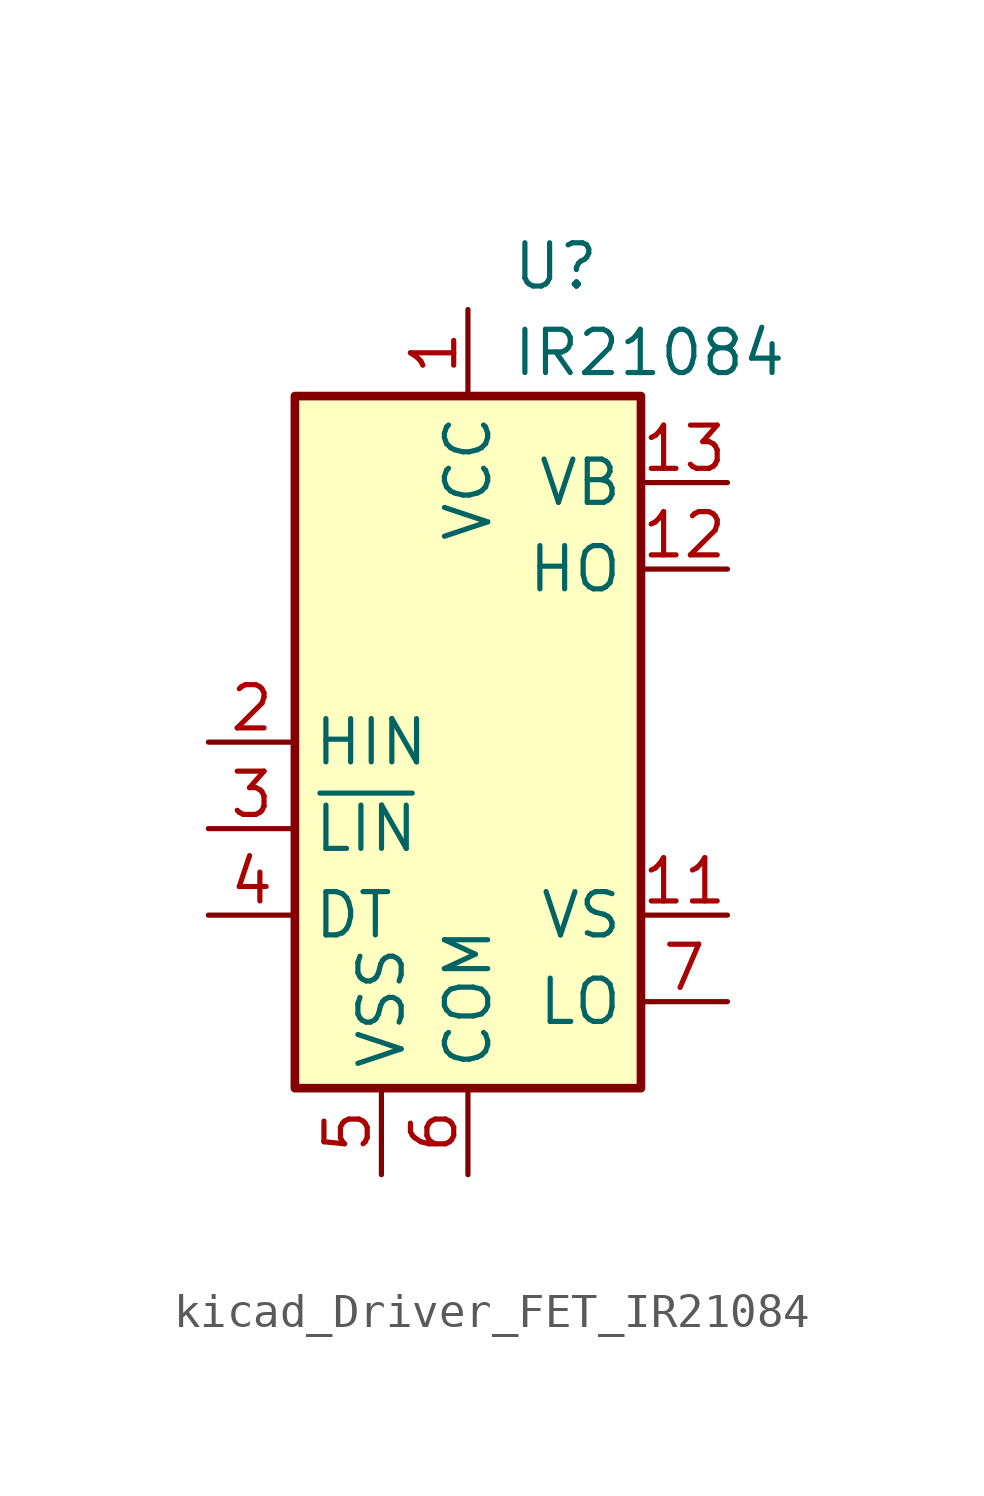
<source format=kicad_sym>
(kicad_symbol_lib
  (version 20220914)
  (generator kicad_symbol_editor)
  (symbol "kicad_Driver_FET_IR21084"
    (property "Reference" "U"
      (at 1.27 13.97 0)
      (effects (font (size 1.27 1.27)) (justify left)))
    (property "Value" "IR21084"
      (at 1.27 11.43 0)
      (effects (font (size 1.27 1.27)) (justify left)))
    (symbol "kicad_Driver_FET_IR21084_0_1"
      (rectangle (start -5.08 -10.16) (end 5.08 10.16) (stroke (width 0.254) (type default)) (fill (type background))))
    (symbol "kicad_Driver_FET_IR21084_1_1"
      (pin power_in line (at 0 12.7 270) (length 2.54) (name "VCC" (effects (font (size 1.27 1.27)))) (number "1" (effects (font (size 1.27 1.27)))))
      (pin no_connect line (at -5.08 2.54 0) (length 2.54) hide (name "NC" (effects (font (size 1.27 1.27)))) (number "10" (effects (font (size 1.27 1.27)))))
      (pin passive line (at 7.62 -5.08 180) (length 2.54) (name "VS" (effects (font (size 1.27 1.27)))) (number "11" (effects (font (size 1.27 1.27)))))
      (pin output line (at 7.62 5.08 180) (length 2.54) (name "HO" (effects (font (size 1.27 1.27)))) (number "12" (effects (font (size 1.27 1.27)))))
      (pin passive line (at 7.62 7.62 180) (length 2.54) (name "VB" (effects (font (size 1.27 1.27)))) (number "13" (effects (font (size 1.27 1.27)))))
      (pin no_connect line (at 5.08 2.54 180) (length 2.54) hide (name "NC" (effects (font (size 1.27 1.27)))) (number "14" (effects (font (size 1.27 1.27)))))
      (pin input line (at -7.62 0 0) (length 2.54) (name "HIN" (effects (font (size 1.27 1.27)))) (number "2" (effects (font (size 1.27 1.27)))))
      (pin input line (at -7.62 -2.54 0) (length 2.54) (name "~{LIN}" (effects (font (size 1.27 1.27)))) (number "3" (effects (font (size 1.27 1.27)))))
      (pin input line (at -7.62 -5.08 0) (length 2.54) (name "DT" (effects (font (size 1.27 1.27)))) (number "4" (effects (font (size 1.27 1.27)))))
      (pin power_in line (at -2.54 -12.7 90) (length 2.54) (name "VSS" (effects (font (size 1.27 1.27)))) (number "5" (effects (font (size 1.27 1.27)))))
      (pin power_in line (at 0 -12.7 90) (length 2.54) (name "COM" (effects (font (size 1.27 1.27)))) (number "6" (effects (font (size 1.27 1.27)))))
      (pin output line (at 7.62 -7.62 180) (length 2.54) (name "LO" (effects (font (size 1.27 1.27)))) (number "7" (effects (font (size 1.27 1.27)))))
      (pin no_connect line (at -5.08 7.62 0) (length 2.54) hide (name "NC" (effects (font (size 1.27 1.27)))) (number "8" (effects (font (size 1.27 1.27)))))
      (pin no_connect line (at -5.08 5.08 0) (length 2.54) hide (name "NC" (effects (font (size 1.27 1.27)))) (number "9" (effects (font (size 1.27 1.27))))))))
</source>
